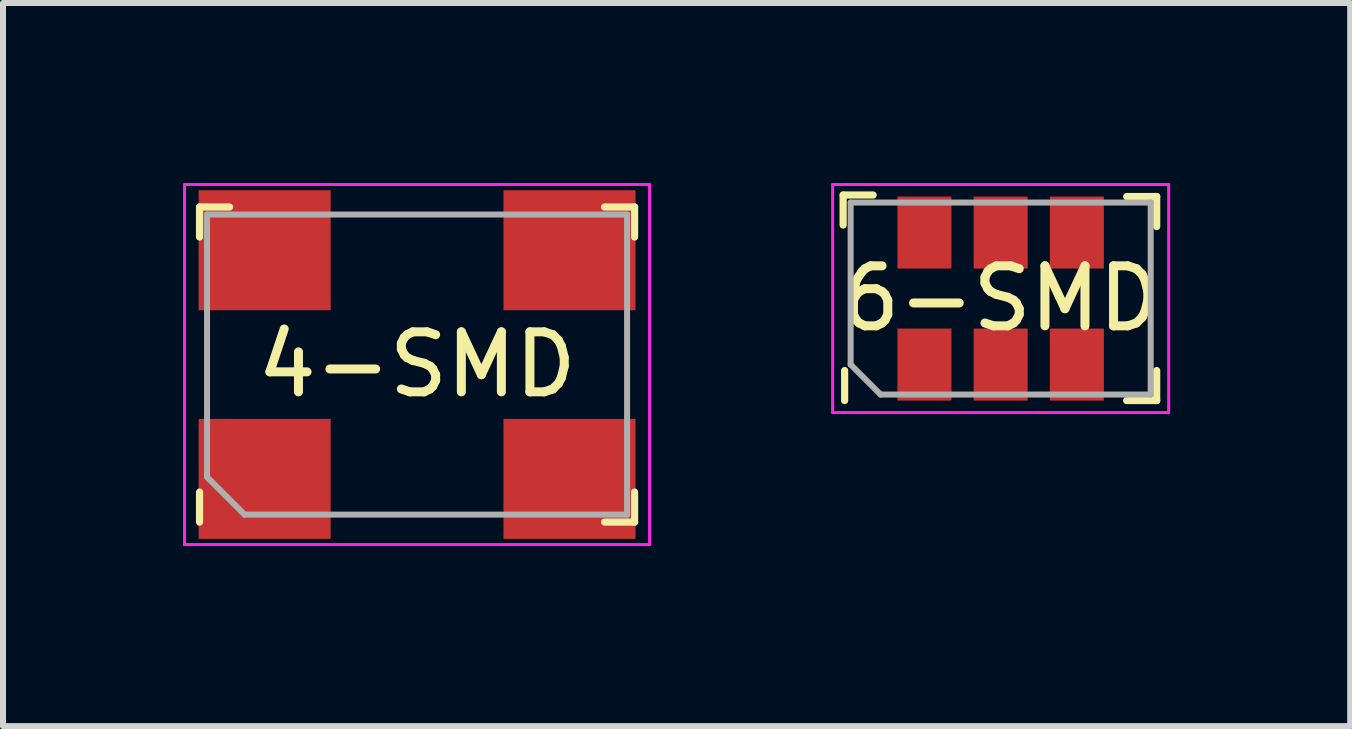
<source format=kicad_pcb>
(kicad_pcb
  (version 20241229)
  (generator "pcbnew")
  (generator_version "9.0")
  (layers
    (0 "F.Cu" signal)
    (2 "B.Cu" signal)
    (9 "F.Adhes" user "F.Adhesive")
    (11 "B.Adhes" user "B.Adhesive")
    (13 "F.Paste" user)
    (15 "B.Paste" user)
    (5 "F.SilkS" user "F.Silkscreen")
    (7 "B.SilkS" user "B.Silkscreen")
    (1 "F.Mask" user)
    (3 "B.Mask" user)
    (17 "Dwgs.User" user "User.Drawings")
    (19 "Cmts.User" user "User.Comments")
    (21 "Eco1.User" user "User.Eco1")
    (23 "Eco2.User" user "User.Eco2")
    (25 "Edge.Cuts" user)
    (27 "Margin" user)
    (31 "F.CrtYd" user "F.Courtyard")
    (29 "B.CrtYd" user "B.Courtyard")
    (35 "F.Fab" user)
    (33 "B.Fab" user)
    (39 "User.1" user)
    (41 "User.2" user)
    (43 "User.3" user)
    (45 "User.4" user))
  (footprint "4-SMD"
    (layer "F.Cu")
    (at 3.9 3.025)
    (property "Reference" "4-SMD" (at 0 0 0) (layer "F.SilkS") (effects (font (size 1 1) (thickness 0.15))))
    (attr smd)
    (fp_line (start -3.625 -2.625) (end -3.625 -2.125) (stroke (width 0.12) (type solid)) (layer "F.SilkS"))
    (fp_line (start -3.625 2.625) (end -3.625 2.125) (stroke (width 0.12) (type solid)) (layer "F.SilkS"))
    (fp_line (start -3.125 -2.625) (end -3.625 -2.625) (stroke (width 0.12) (type solid)) (layer "F.SilkS"))
    (fp_line (start 3.125 -2.625) (end 3.625 -2.625) (stroke (width 0.12) (type solid)) (layer "F.SilkS"))
    (fp_line (start 3.625 -2.625) (end 3.625 -2.125) (stroke (width 0.12) (type solid)) (layer "F.SilkS"))
    (fp_line (start 3.625 2.125) (end 3.625 2.625) (stroke (width 0.12) (type solid)) (layer "F.SilkS"))
    (fp_line (start 3.625 2.625) (end 3.125 2.625) (stroke (width 0.12) (type solid)) (layer "F.SilkS"))
    (fp_line (start -3.875 -3) (end 3.875 -3) (stroke (width 0.05) (type solid)) (layer "F.CrtYd"))
    (fp_line (start -3.875 3) (end -3.875 -3) (stroke (width 0.05) (type solid)) (layer "F.CrtYd"))
    (fp_line (start 3.875 -3) (end 3.875 3) (stroke (width 0.05) (type solid)) (layer "F.CrtYd"))
    (fp_line (start 3.875 3) (end -3.875 3) (stroke (width 0.05) (type solid)) (layer "F.CrtYd"))
    (fp_line (start -3.5 1.875) (end -3.5 -2.5) (stroke (width 0.1) (type solid)) (layer "F.Fab"))
    (fp_line (start -3.5 1.875) (end -2.875 2.5) (stroke (width 0.1) (type solid)) (layer "F.Fab"))
    (fp_line (start -2.875 2.5) (end 3.5 2.5) (stroke (width 0.1) (type solid)) (layer "F.Fab"))
    (fp_line (start 3.5 -2.5) (end -3.5 -2.5) (stroke (width 0.1) (type solid)) (layer "F.Fab"))
    (fp_line (start 3.5 -2.5) (end 3.5 2.5) (stroke (width 0.1) (type solid)) (layer "F.Fab"))
    (pad "1" smd rect (at -2.54 1.905) (size 2.2 2) (layers "F.Cu" "F.Mask" "F.Paste"))
    (pad "2" smd rect (at 2.54 1.905) (size 2.2 2) (layers "F.Cu" "F.Mask" "F.Paste"))
    (pad "3" smd rect (at 2.54 -1.905) (size 2.2 2) (layers "F.Cu" "F.Mask" "F.Paste"))
    (pad "4" smd rect (at -2.54 -1.905) (size 2.2 2) (layers "F.Cu" "F.Mask" "F.Paste")))
  (footprint "6-SMD"
    (layer "F.Cu")
    (at 13.625 1.925)
    (property "Reference" "6-SMD" (at 0 0 0) (layer "F.SilkS") (effects (font (size 1 1) (thickness 0.15))))
    (attr smd)
    (fp_line (start -2.625 -1.725) (end -2.625 -1.225) (stroke (width 0.12) (type solid)) (layer "F.SilkS"))
    (fp_line (start -2.6 1.7) (end -2.6 1.2) (stroke (width 0.12) (type solid)) (layer "F.SilkS"))
    (fp_line (start -2.125 -1.725) (end -2.625 -1.725) (stroke (width 0.12) (type solid)) (layer "F.SilkS"))
    (fp_line (start 2.1 -1.7) (end 2.6 -1.7) (stroke (width 0.12) (type solid)) (layer "F.SilkS"))
    (fp_line (start 2.6 -1.7) (end 2.6 -1.2) (stroke (width 0.12) (type solid)) (layer "F.SilkS"))
    (fp_line (start 2.6 1.2) (end 2.6 1.7) (stroke (width 0.12) (type solid)) (layer "F.SilkS"))
    (fp_line (start 2.6 1.7) (end 2.1 1.7) (stroke (width 0.12) (type solid)) (layer "F.SilkS"))
    (fp_line (start -2.8 -1.9) (end 2.8 -1.9) (stroke (width 0.05) (type solid)) (layer "F.CrtYd"))
    (fp_line (start -2.8 1.9) (end -2.8 -1.9) (stroke (width 0.05) (type solid)) (layer "F.CrtYd"))
    (fp_line (start 2.8 -1.9) (end 2.8 1.9) (stroke (width 0.05) (type solid)) (layer "F.CrtYd"))
    (fp_line (start 2.8 1.9) (end -2.8 1.9) (stroke (width 0.05) (type solid)) (layer "F.CrtYd"))
    (fp_line (start -2.5 1.1) (end -2.5 -1.6) (stroke (width 0.1) (type solid)) (layer "F.Fab"))
    (fp_line (start -2.5 1.1) (end -2 1.6) (stroke (width 0.1) (type solid)) (layer "F.Fab"))
    (fp_line (start -2 1.6) (end 2.5 1.6) (stroke (width 0.1) (type solid)) (layer "F.Fab"))
    (fp_line (start 2.5 -1.6) (end -2.5 -1.6) (stroke (width 0.1) (type solid)) (layer "F.Fab"))
    (fp_line (start 2.5 -1.6) (end 2.5 1.6) (stroke (width 0.1) (type solid)) (layer "F.Fab"))
    (pad "1" smd rect (at -1.27 1.1) (size 0.9 1.2) (layers "F.Cu" "F.Mask" "F.Paste"))
    (pad "2" smd rect (at 0 1.1) (size 0.9 1.2) (layers "F.Cu" "F.Mask" "F.Paste"))
    (pad "3" smd rect (at 1.27 1.1) (size 0.9 1.2) (layers "F.Cu" "F.Mask" "F.Paste"))
    (pad "4" smd rect (at 1.27 -1.1) (size 0.9 1.2) (layers "F.Cu" "F.Mask" "F.Paste"))
    (pad "5" smd rect (at 0 -1.1) (size 0.9 1.2) (layers "F.Cu" "F.Mask" "F.Paste"))
    (pad "6" smd rect (at -1.27 -1.1) (size 0.9 1.2) (layers "F.Cu" "F.Mask" "F.Paste")))
  (gr_rect
    (start -3 -3)
    (end 19.45 9.05)
    (stroke (width 0.1) (type default))
    (fill no)
    (layer "Edge.Cuts")))
</source>
